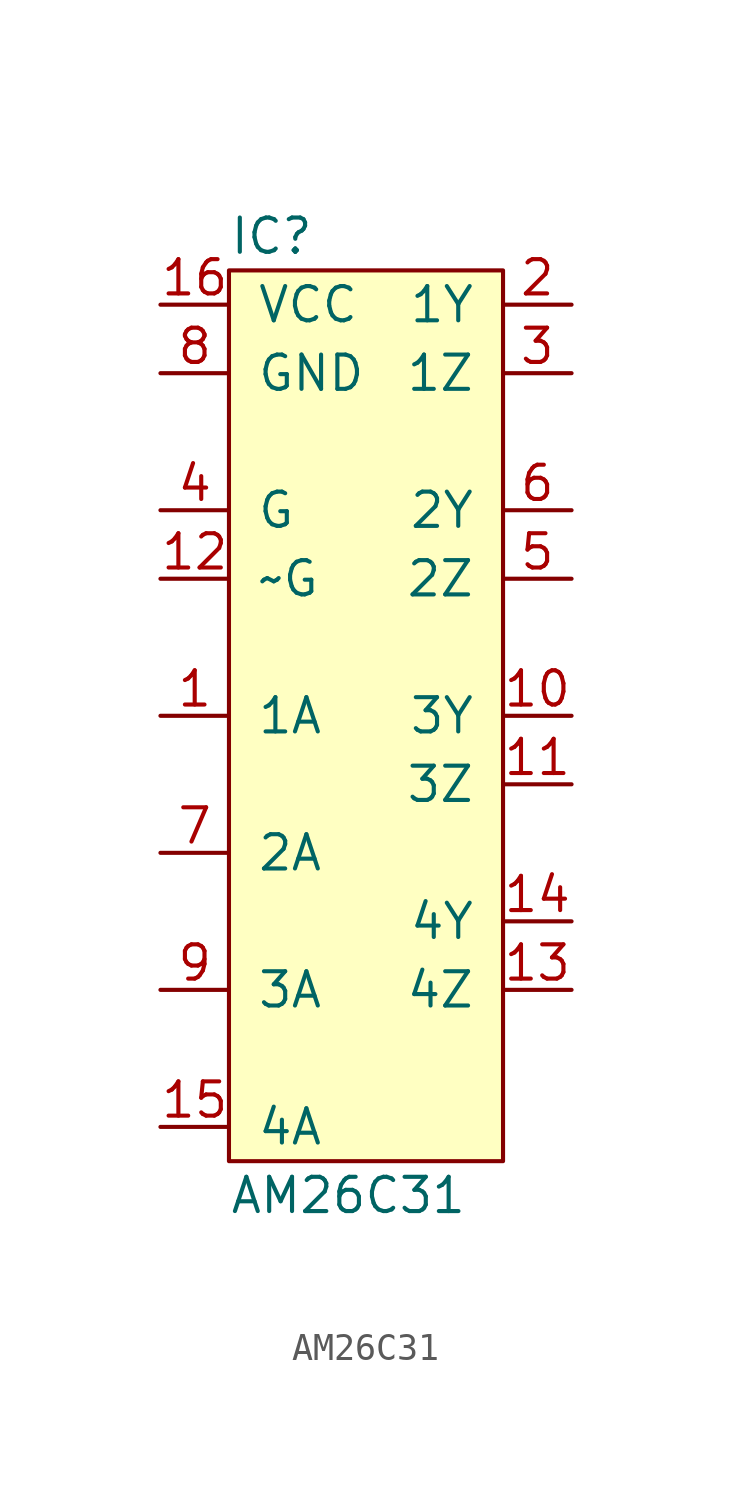
<source format=kicad_sym>
(kicad_symbol_lib
  (version 20211014)
  (generator agg_kicad.build_lib_ic)
  (symbol "AM26C31"
    (pin_names
      (offset 1.016))
    (property Reference IC
      (at -5.08 17.78 0)
      (effects (font (size 1.27 1.27)) (justify left)))
    (property Value "AM26C31"
      (at -5.08 -17.78 0)
      (effects (font (size 1.27 1.27)) (justify left)))
    (symbol "AM26C31_0_0"
      (rectangle (start -5.08 16.51) (end 5.08 -16.51) (stroke (width 0) (type default) (color 0 0 0 0)) (fill (type background)))
      (pin power_in line (at -7.62 15.24 0) (length 2.54) (name VCC (effects (font (size 1.27 1.27)))) (number "16" (effects (font (size 1.27 1.27)))))
      (pin power_in line (at -7.62 12.7 0) (length 2.54) (name GND (effects (font (size 1.27 1.27)))) (number "8" (effects (font (size 1.27 1.27)))))
      (pin input line (at -7.62 7.62 0) (length 2.54) (name G (effects (font (size 1.27 1.27)))) (number "4" (effects (font (size 1.27 1.27)))))
      (pin input line (at -7.62 5.08 0) (length 2.54) (name "~G" (effects (font (size 1.27 1.27)))) (number "12" (effects (font (size 1.27 1.27)))))
      (pin input line (at -7.62 0 0) (length 2.54) (name "1A" (effects (font (size 1.27 1.27)))) (number "1" (effects (font (size 1.27 1.27)))))
      (pin input line (at -7.62 -5.08 0) (length 2.54) (name "2A" (effects (font (size 1.27 1.27)))) (number "7" (effects (font (size 1.27 1.27)))))
      (pin input line (at -7.62 -10.16 0) (length 2.54) (name "3A" (effects (font (size 1.27 1.27)))) (number "9" (effects (font (size 1.27 1.27)))))
      (pin input line (at -7.62 -15.24 0) (length 2.54) (name "4A" (effects (font (size 1.27 1.27)))) (number "15" (effects (font (size 1.27 1.27)))))
      (pin output line (at 7.62 15.24 180) (length 2.54) (name "1Y" (effects (font (size 1.27 1.27)))) (number "2" (effects (font (size 1.27 1.27)))))
      (pin output line (at 7.62 12.7 180) (length 2.54) (name "1Z" (effects (font (size 1.27 1.27)))) (number "3" (effects (font (size 1.27 1.27)))))
      (pin output line (at 7.62 7.62 180) (length 2.54) (name "2Y" (effects (font (size 1.27 1.27)))) (number "6" (effects (font (size 1.27 1.27)))))
      (pin output line (at 7.62 5.08 180) (length 2.54) (name "2Z" (effects (font (size 1.27 1.27)))) (number "5" (effects (font (size 1.27 1.27)))))
      (pin output line (at 7.62 0 180) (length 2.54) (name "3Y" (effects (font (size 1.27 1.27)))) (number "10" (effects (font (size 1.27 1.27)))))
      (pin output line (at 7.62 -2.54 180) (length 2.54) (name "3Z" (effects (font (size 1.27 1.27)))) (number "11" (effects (font (size 1.27 1.27)))))
      (pin output line (at 7.62 -7.62 180) (length 2.54) (name "4Y" (effects (font (size 1.27 1.27)))) (number "14" (effects (font (size 1.27 1.27)))))
      (pin output line (at 7.62 -10.16 180) (length 2.54) (name "4Z" (effects (font (size 1.27 1.27)))) (number "13" (effects (font (size 1.27 1.27))))))))
</source>
